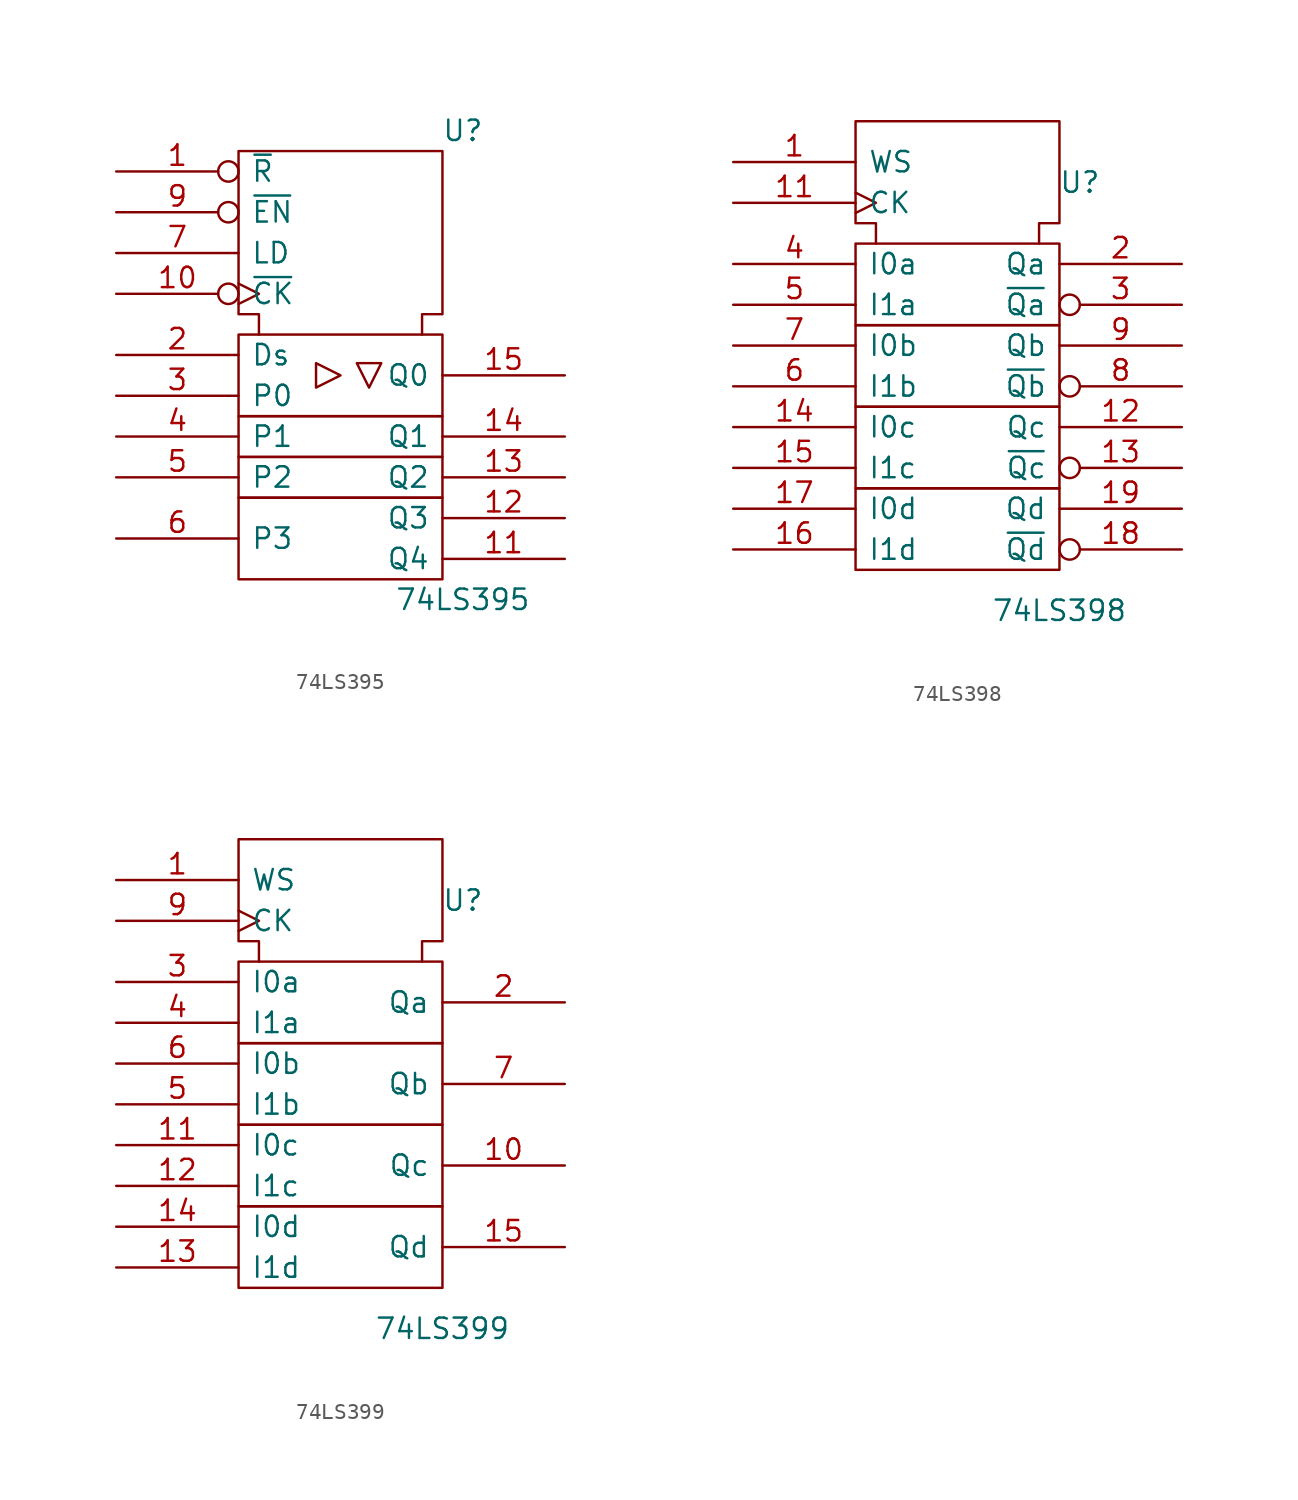
<source format=kicad_sym>
(kicad_symbol_lib
  (version 20201005)
  (generator kicad_symbol_editor)
  (symbol "74xx_IEEE:74LS395"
    (pin_names
      (offset 0.762))
    (property "Reference" "U"
      (at 7.62 13.97 0)
      (effects (font (size 1.27 1.27))))
    (property "Value" "74LS395"
      (at 7.62 -15.24 0)
      (effects (font (size 1.27 1.27))))
    (symbol "74LS395_0_0"
      (rectangle (start -6.35 -8.89) (end 6.35 -13.97) (stroke (width 0)) (fill (type none)))
      (polyline (pts (xy -5.08 1.27) (xy -5.08 2.54) (xy -6.35 2.54) (xy -6.35 12.7) (xy 6.35 12.7) (xy 6.35 2.54) (xy 5.08 2.54) (xy 5.08 1.27) (xy 5.08 1.27)) (stroke (width 0)) (fill (type none)))
      (pin power_in line (at 0 12.7 270) (length 0) hide (name "GND" (effects (font (size 1.27 1.27)))) (number "8" (effects (font (size 1.27 1.27))))))
    (symbol "74LS395_0_1"
      (rectangle (start -6.35 -6.35) (end 6.35 -8.89) (stroke (width 0)) (fill (type none)))
      (rectangle (start -6.35 -3.81) (end 6.35 -6.35) (stroke (width 0)) (fill (type none)))
      (rectangle (start -6.35 1.27) (end 6.35 -3.81) (stroke (width 0)) (fill (type none)))
      (polyline (pts (xy -1.524 -0.508) (xy -1.524 -2.032) (xy 0 -1.27) (xy -1.524 -0.508) (xy -1.524 -0.508)) (stroke (width 0)) (fill (type none)))
      (polyline (pts (xy 2.54 -0.508) (xy 1.016 -0.508) (xy 1.778 -2.032) (xy 2.54 -0.508) (xy 2.54 -0.508)) (stroke (width 0)) (fill (type none)))
      (pin power_in line (at 3.81 12.7 270) (length 0) hide (name "Vdd" (effects (font (size 1.27 1.27)))) (number "16" (effects (font (size 1.27 1.27))))))
    (symbol "74LS395_1_1"
      (pin input inverted (at -13.97 11.43 0) (length 7.62) (name "~R" (effects (font (size 1.27 1.27)))) (number "1" (effects (font (size 1.27 1.27)))))
      (pin input inverted_clock (at -13.97 3.81 0) (length 7.62) (name "~CK" (effects (font (size 1.27 1.27)))) (number "10" (effects (font (size 1.27 1.27)))))
      (pin input line (at 13.97 -12.7 180) (length 7.62) (name "Q4" (effects (font (size 1.27 1.27)))) (number "11" (effects (font (size 1.27 1.27)))))
      (pin output line (at 13.97 -10.16 180) (length 7.62) (name "Q3" (effects (font (size 1.27 1.27)))) (number "12" (effects (font (size 1.27 1.27)))))
      (pin output line (at 13.97 -7.62 180) (length 7.62) (name "Q2" (effects (font (size 1.27 1.27)))) (number "13" (effects (font (size 1.27 1.27)))))
      (pin output line (at 13.97 -5.08 180) (length 7.62) (name "Q1" (effects (font (size 1.27 1.27)))) (number "14" (effects (font (size 1.27 1.27)))))
      (pin output line (at 13.97 -1.27 180) (length 7.62) (name "Q0" (effects (font (size 1.27 1.27)))) (number "15" (effects (font (size 1.27 1.27)))))
      (pin input line (at -13.97 0 0) (length 7.62) (name "Ds" (effects (font (size 1.27 1.27)))) (number "2" (effects (font (size 1.27 1.27)))))
      (pin input line (at -13.97 -2.54 0) (length 7.62) (name "P0" (effects (font (size 1.27 1.27)))) (number "3" (effects (font (size 1.27 1.27)))))
      (pin input line (at -13.97 -5.08 0) (length 7.62) (name "P1" (effects (font (size 1.27 1.27)))) (number "4" (effects (font (size 1.27 1.27)))))
      (pin input line (at -13.97 -7.62 0) (length 7.62) (name "P2" (effects (font (size 1.27 1.27)))) (number "5" (effects (font (size 1.27 1.27)))))
      (pin input line (at -13.97 -11.43 0) (length 7.62) (name "P3" (effects (font (size 1.27 1.27)))) (number "6" (effects (font (size 1.27 1.27)))))
      (pin input line (at -13.97 6.35 0) (length 7.62) (name "LD" (effects (font (size 1.27 1.27)))) (number "7" (effects (font (size 1.27 1.27)))))
      (pin input inverted (at -13.97 8.89 0) (length 7.62) (name "~EN" (effects (font (size 1.27 1.27)))) (number "9" (effects (font (size 1.27 1.27)))))))
  (symbol "74xx_IEEE:74LS398"
    (pin_names
      (offset 0.762))
    (property "Reference" "U"
      (at 7.62 10.16 0)
      (effects (font (size 1.27 1.27))))
    (property "Value" "74LS398"
      (at 6.35 -16.51 0)
      (effects (font (size 1.27 1.27))))
    (symbol "74LS398_0_0"
      (rectangle (start -6.35 -8.89) (end 6.35 -13.97) (stroke (width 0)) (fill (type none)))
      (rectangle (start -6.35 -3.81) (end 6.35 -8.89) (stroke (width 0)) (fill (type none)))
      (rectangle (start -6.35 1.27) (end 6.35 -3.81) (stroke (width 0)) (fill (type none)))
      (rectangle (start -6.35 6.35) (end 6.35 1.27) (stroke (width 0)) (fill (type none)))
      (polyline (pts (xy -5.08 6.35) (xy -5.08 7.62) (xy -6.35 7.62) (xy -6.35 13.97) (xy 6.35 13.97) (xy 6.35 7.62) (xy 5.08 7.62) (xy 5.08 6.35) (xy 5.08 6.35)) (stroke (width 0)) (fill (type none)))
      (pin power_in line (at 0 13.97 270) (length 0) hide (name "GND" (effects (font (size 1.27 1.27)))) (number "10" (effects (font (size 1.27 1.27)))))
      (pin power_in line (at 3.81 13.97 270) (length 0) hide (name "VCC" (effects (font (size 1.27 1.27)))) (number "20" (effects (font (size 1.27 1.27))))))
    (symbol "74LS398_1_1"
      (pin input line (at -13.97 11.43 0) (length 7.62) (name "WS" (effects (font (size 1.27 1.27)))) (number "1" (effects (font (size 1.27 1.27)))))
      (pin input clock (at -13.97 8.89 0) (length 7.62) (name "CK" (effects (font (size 1.27 1.27)))) (number "11" (effects (font (size 1.27 1.27)))))
      (pin tri_state line (at 13.97 -5.08 180) (length 7.62) (name "Qc" (effects (font (size 1.27 1.27)))) (number "12" (effects (font (size 1.27 1.27)))))
      (pin output inverted (at 13.97 -7.62 180) (length 7.62) (name "~Qc" (effects (font (size 1.27 1.27)))) (number "13" (effects (font (size 1.27 1.27)))))
      (pin input line (at -13.97 -5.08 0) (length 7.62) (name "I0c" (effects (font (size 1.27 1.27)))) (number "14" (effects (font (size 1.27 1.27)))))
      (pin input line (at -13.97 -7.62 0) (length 7.62) (name "I1c" (effects (font (size 1.27 1.27)))) (number "15" (effects (font (size 1.27 1.27)))))
      (pin input line (at -13.97 -12.7 0) (length 7.62) (name "I1d" (effects (font (size 1.27 1.27)))) (number "16" (effects (font (size 1.27 1.27)))))
      (pin input line (at -13.97 -10.16 0) (length 7.62) (name "I0d" (effects (font (size 1.27 1.27)))) (number "17" (effects (font (size 1.27 1.27)))))
      (pin output inverted (at 13.97 -12.7 180) (length 7.62) (name "~Qd" (effects (font (size 1.27 1.27)))) (number "18" (effects (font (size 1.27 1.27)))))
      (pin tri_state line (at 13.97 -10.16 180) (length 7.62) (name "Qd" (effects (font (size 1.27 1.27)))) (number "19" (effects (font (size 1.27 1.27)))))
      (pin tri_state line (at 13.97 5.08 180) (length 7.62) (name "Qa" (effects (font (size 1.27 1.27)))) (number "2" (effects (font (size 1.27 1.27)))))
      (pin output inverted (at 13.97 2.54 180) (length 7.62) (name "~Qa" (effects (font (size 1.27 1.27)))) (number "3" (effects (font (size 1.27 1.27)))))
      (pin input line (at -13.97 5.08 0) (length 7.62) (name "I0a" (effects (font (size 1.27 1.27)))) (number "4" (effects (font (size 1.27 1.27)))))
      (pin input line (at -13.97 2.54 0) (length 7.62) (name "I1a" (effects (font (size 1.27 1.27)))) (number "5" (effects (font (size 1.27 1.27)))))
      (pin input line (at -13.97 -2.54 0) (length 7.62) (name "I1b" (effects (font (size 1.27 1.27)))) (number "6" (effects (font (size 1.27 1.27)))))
      (pin input line (at -13.97 0 0) (length 7.62) (name "I0b" (effects (font (size 1.27 1.27)))) (number "7" (effects (font (size 1.27 1.27)))))
      (pin output inverted (at 13.97 -2.54 180) (length 7.62) (name "~Qb" (effects (font (size 1.27 1.27)))) (number "8" (effects (font (size 1.27 1.27)))))
      (pin tri_state line (at 13.97 0 180) (length 7.62) (name "Qb" (effects (font (size 1.27 1.27)))) (number "9" (effects (font (size 1.27 1.27)))))))
  (symbol "74xx_IEEE:74LS399"
    (pin_names
      (offset 0.762))
    (property "Reference" "U"
      (at 7.62 10.16 0)
      (effects (font (size 1.27 1.27))))
    (property "Value" "74LS399"
      (at 6.35 -16.51 0)
      (effects (font (size 1.27 1.27))))
    (symbol "74LS399_0_0"
      (rectangle (start -6.35 -8.89) (end 6.35 -13.97) (stroke (width 0)) (fill (type none)))
      (rectangle (start -6.35 -3.81) (end 6.35 -8.89) (stroke (width 0)) (fill (type none)))
      (rectangle (start -6.35 1.27) (end 6.35 -3.81) (stroke (width 0)) (fill (type none)))
      (rectangle (start -6.35 6.35) (end 6.35 1.27) (stroke (width 0)) (fill (type none)))
      (polyline (pts (xy -5.08 6.35) (xy -5.08 7.62) (xy -6.35 7.62) (xy -6.35 13.97) (xy 6.35 13.97) (xy 6.35 7.62) (xy 5.08 7.62) (xy 5.08 6.35) (xy 5.08 6.35)) (stroke (width 0)) (fill (type none)))
      (pin power_in line (at 3.81 13.97 270) (length 0) hide (name "VCC" (effects (font (size 1.27 1.27)))) (number "16" (effects (font (size 1.27 1.27)))))
      (pin power_in line (at 0 13.97 270) (length 0) hide (name "GND" (effects (font (size 1.27 1.27)))) (number "8" (effects (font (size 1.27 1.27))))))
    (symbol "74LS399_1_1"
      (pin input line (at -13.97 11.43 0) (length 7.62) (name "WS" (effects (font (size 1.27 1.27)))) (number "1" (effects (font (size 1.27 1.27)))))
      (pin tri_state line (at 13.97 -6.35 180) (length 7.62) (name "Qc" (effects (font (size 1.27 1.27)))) (number "10" (effects (font (size 1.27 1.27)))))
      (pin input line (at -13.97 -5.08 0) (length 7.62) (name "I0c" (effects (font (size 1.27 1.27)))) (number "11" (effects (font (size 1.27 1.27)))))
      (pin input line (at -13.97 -7.62 0) (length 7.62) (name "I1c" (effects (font (size 1.27 1.27)))) (number "12" (effects (font (size 1.27 1.27)))))
      (pin input line (at -13.97 -12.7 0) (length 7.62) (name "I1d" (effects (font (size 1.27 1.27)))) (number "13" (effects (font (size 1.27 1.27)))))
      (pin input line (at -13.97 -10.16 0) (length 7.62) (name "I0d" (effects (font (size 1.27 1.27)))) (number "14" (effects (font (size 1.27 1.27)))))
      (pin tri_state line (at 13.97 -11.43 180) (length 7.62) (name "Qd" (effects (font (size 1.27 1.27)))) (number "15" (effects (font (size 1.27 1.27)))))
      (pin tri_state line (at 13.97 3.81 180) (length 7.62) (name "Qa" (effects (font (size 1.27 1.27)))) (number "2" (effects (font (size 1.27 1.27)))))
      (pin input line (at -13.97 5.08 0) (length 7.62) (name "I0a" (effects (font (size 1.27 1.27)))) (number "3" (effects (font (size 1.27 1.27)))))
      (pin input line (at -13.97 2.54 0) (length 7.62) (name "I1a" (effects (font (size 1.27 1.27)))) (number "4" (effects (font (size 1.27 1.27)))))
      (pin input line (at -13.97 -2.54 0) (length 7.62) (name "I1b" (effects (font (size 1.27 1.27)))) (number "5" (effects (font (size 1.27 1.27)))))
      (pin input line (at -13.97 0 0) (length 7.62) (name "I0b" (effects (font (size 1.27 1.27)))) (number "6" (effects (font (size 1.27 1.27)))))
      (pin tri_state line (at 13.97 -1.27 180) (length 7.62) (name "Qb" (effects (font (size 1.27 1.27)))) (number "7" (effects (font (size 1.27 1.27)))))
      (pin input clock (at -13.97 8.89 0) (length 7.62) (name "CK" (effects (font (size 1.27 1.27)))) (number "9" (effects (font (size 1.27 1.27))))))))
</source>
